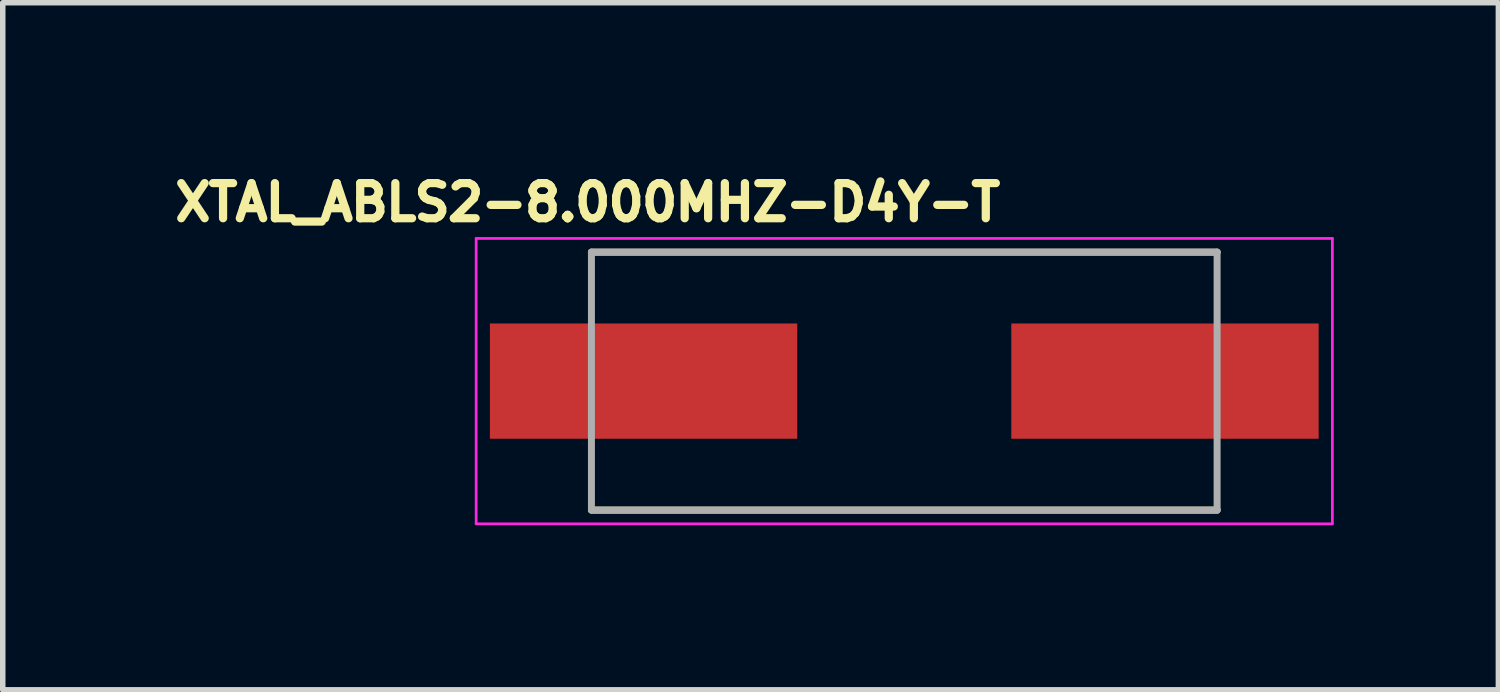
<source format=kicad_pcb>
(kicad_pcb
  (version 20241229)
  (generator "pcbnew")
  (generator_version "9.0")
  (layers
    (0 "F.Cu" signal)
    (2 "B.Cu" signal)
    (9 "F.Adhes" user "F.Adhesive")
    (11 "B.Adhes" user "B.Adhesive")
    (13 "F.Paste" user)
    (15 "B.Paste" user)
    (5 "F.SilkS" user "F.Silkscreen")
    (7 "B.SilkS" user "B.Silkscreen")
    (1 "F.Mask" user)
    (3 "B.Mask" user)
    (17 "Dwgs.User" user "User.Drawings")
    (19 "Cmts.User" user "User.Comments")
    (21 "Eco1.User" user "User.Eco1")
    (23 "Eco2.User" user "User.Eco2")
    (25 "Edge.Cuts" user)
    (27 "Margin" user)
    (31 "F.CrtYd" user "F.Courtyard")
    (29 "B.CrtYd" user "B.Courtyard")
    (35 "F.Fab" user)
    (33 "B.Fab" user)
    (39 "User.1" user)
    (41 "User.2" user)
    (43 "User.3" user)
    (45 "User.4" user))
  (footprint "XTAL_ABLS2-8.000MHZ-D4Y-T"
    (layer "F.Cu")
    (at 13.426 3.894)
    (property "Reference" "XTAL_ABLS2-8.000MHZ-D4Y-T" (at -5.768 -3.256 0) (layer "F.SilkS") (effects (font (size 0.64 0.64) (thickness 0.15))))
    (attr smd)
    (fp_line (start -5.7 -2.35) (end 5.7 -2.35) (stroke (width 0.127) (type solid)) (layer "F.SilkS"))
    (fp_line (start -5.7 2.35) (end 5.7 2.35) (stroke (width 0.127) (type solid)) (layer "F.SilkS"))
    (fp_line (start -7.8 -2.6) (end -7.8 2.6) (stroke (width 0.05) (type solid)) (layer "F.CrtYd"))
    (fp_line (start -7.8 2.6) (end 7.8 2.6) (stroke (width 0.05) (type solid)) (layer "F.CrtYd"))
    (fp_line (start 7.8 -2.6) (end -7.8 -2.6) (stroke (width 0.05) (type solid)) (layer "F.CrtYd"))
    (fp_line (start 7.8 2.6) (end 7.8 -2.6) (stroke (width 0.05) (type solid)) (layer "F.CrtYd"))
    (fp_line (start -5.7 -2.35) (end -5.7 2.35) (stroke (width 0.127) (type solid)) (layer "F.Fab"))
    (fp_line (start -5.7 -2.35) (end 5.7 -2.35) (stroke (width 0.127) (type solid)) (layer "F.Fab"))
    (fp_line (start -5.7 2.35) (end 5.7 2.35) (stroke (width 0.127) (type solid)) (layer "F.Fab"))
    (fp_line (start 5.7 -2.35) (end 5.7 2.35) (stroke (width 0.127) (type solid)) (layer "F.Fab"))
    (pad "1" smd rect (at -4.75 0) (size 5.6 2.1) (layers "F.Cu" "F.Mask" "F.Paste"))
    (pad "2" smd rect (at 4.75 0) (size 5.6 2.1) (layers "F.Cu" "F.Mask" "F.Paste")))
  (gr_rect
    (start -3 -3)
    (end 24.251 9.519)
    (stroke (width 0.1) (type default))
    (fill no)
    (layer "Edge.Cuts")))
</source>
